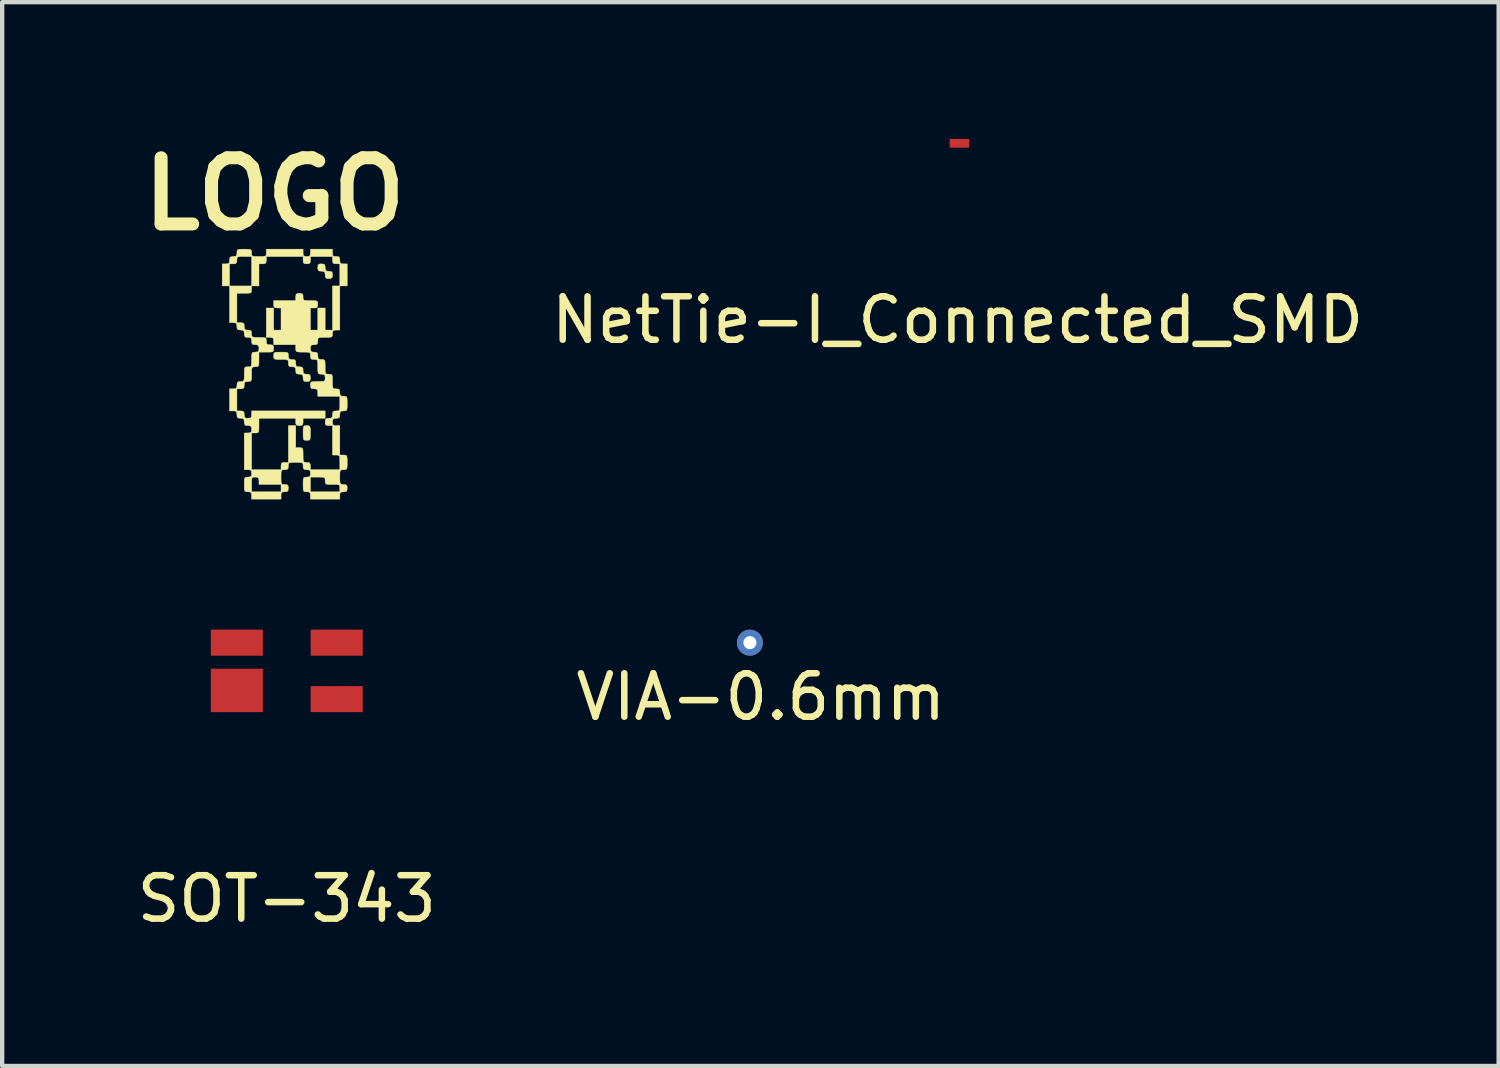
<source format=kicad_pcb>
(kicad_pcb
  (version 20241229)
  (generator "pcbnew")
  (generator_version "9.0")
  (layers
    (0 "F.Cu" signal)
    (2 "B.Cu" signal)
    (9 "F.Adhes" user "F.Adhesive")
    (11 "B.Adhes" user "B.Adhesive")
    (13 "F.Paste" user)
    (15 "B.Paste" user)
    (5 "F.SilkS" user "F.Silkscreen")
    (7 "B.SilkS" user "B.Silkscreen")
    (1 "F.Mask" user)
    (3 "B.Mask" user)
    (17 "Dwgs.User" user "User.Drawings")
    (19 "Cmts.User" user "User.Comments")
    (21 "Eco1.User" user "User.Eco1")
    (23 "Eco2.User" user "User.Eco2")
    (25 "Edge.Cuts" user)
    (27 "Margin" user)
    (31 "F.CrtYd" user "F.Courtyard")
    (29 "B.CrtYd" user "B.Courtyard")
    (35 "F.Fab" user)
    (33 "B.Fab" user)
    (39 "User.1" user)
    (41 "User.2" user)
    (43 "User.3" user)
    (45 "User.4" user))
  (footprint "NetTie-I_Connected_SMD"
    (layer "F.Cu")
    (at 19.045 0.25)
    (property "Reference" "NetTie-I_Connected_SMD" (at -0.041 4.069 0) (layer "F.SilkS") (effects (font (size 1 1) (thickness 0.15))))
    (attr through_hole)
    (fp_line (start -0.025 0) (end 0.025 0) (stroke (width 0.2) (type solid)) (layer "F.Cu"))
    (pad "1" smd rect (at -0.125 0) (size 0.2 0.2) (layers "F.Cu"))
    (pad "2" smd rect (at 0.125 0) (size 0.2 0.2) (layers "F.Cu")))
  (footprint "VIA-0.6mm"
    (layer "F.Cu")
    (at 14.22 11.75)
    (property "Reference" "VIA-0.6mm" (at 0.25 1.25 0) (layer "F.SilkS") (effects (font (size 1 1) (thickness 0.15))))
    (attr through_hole)
    (pad "1" thru_hole circle (at 0 0) (size 0.6 0.6) (drill 0.3) (layers "*.Cu")))
  (footprint "SOT-343"
    (layer "F.Cu")
    (at 3.554 12.4)
    (property "Reference" "SOT-343" (at 0 5.25 0) (layer "F.SilkS") (effects (font (size 1 1) (thickness 0.15))))
    (attr through_hole)
    (pad "1" smd rect (at -1.15 -0.65) (size 1.2 0.6) (layers "F.Cu" "F.Mask" "F.Paste"))
    (pad "2" smd rect (at -1.15 0.45) (size 1.2 1) (layers "F.Cu" "F.Mask" "F.Paste"))
    (pad "3" smd rect (at 1.15 0.65) (size 1.2 0.6) (layers "F.Cu" "F.Mask" "F.Paste"))
    (pad "4" smd rect (at 1.15 -0.65) (size 1.2 0.6) (layers "F.Cu" "F.Mask" "F.Paste")))
  (footprint "LOGO"
    (layer "F.Cu")
    (at 3.845 4.974)
    (property "Reference" "LOGO" (at -0.572 -3.556 0) (layer "F.SilkS") (effects (font (size 1.524 1.524) (thickness 0.3))))
    (attr through_hole)
    (fp_poly (pts (xy 0.216 1.78) (xy 0.241 1.796) (xy 0.252 1.838) (xy 0.254 1.92) (xy 0.254 1.947) (xy 0.253 2.041) (xy 0.245 2.092) (xy 0.224 2.112) (xy 0.183 2.117) (xy 0.169 2.117) (xy 0.122 2.114) (xy 0.097 2.099) (xy 0.087 2.057) (xy 0.085 1.975) (xy 0.085 1.947) (xy 0.086 1.854) (xy 0.094 1.803) (xy 0.115 1.782) (xy 0.156 1.778) (xy 0.169 1.778) (xy 0.216 1.78)) (stroke (width 0.01) (type solid)) (fill yes) (layer "F.SilkS"))
    (fp_poly (pts (xy 0.568 -1.94) (xy 0.59 -1.907) (xy 0.593 -1.863) (xy 0.6 -1.803) (xy 0.633 -1.781) (xy 0.677 -1.778) (xy 0.737 -1.771) (xy 0.759 -1.738) (xy 0.762 -1.693) (xy 0.755 -1.633) (xy 0.722 -1.611) (xy 0.677 -1.609) (xy 0.617 -1.616) (xy 0.595 -1.649) (xy 0.593 -1.693) (xy 0.586 -1.753) (xy 0.553 -1.775) (xy 0.508 -1.778) (xy 0.448 -1.785) (xy 0.426 -1.818) (xy 0.423 -1.863) (xy 0.43 -1.923) (xy 0.463 -1.945) (xy 0.508 -1.947) (xy 0.568 -1.94)) (stroke (width 0.01) (type solid)) (fill yes) (layer "F.SilkS"))
    (fp_poly (pts (xy -0.33 0.086) (xy -0.279 0.094) (xy -0.258 0.115) (xy -0.254 0.156) (xy -0.254 0.169) (xy -0.247 0.229) (xy -0.214 0.251) (xy -0.169 0.254) (xy -0.109 0.261) (xy -0.087 0.294) (xy -0.085 0.339) (xy -0.078 0.399) (xy -0.045 0.421) (xy 0 0.423) (xy 0.06 0.43) (xy 0.082 0.463) (xy 0.085 0.508) (xy 0.092 0.568) (xy 0.125 0.59) (xy 0.169 0.593) (xy 0.229 0.6) (xy 0.251 0.633) (xy 0.254 0.677) (xy 0.247 0.737) (xy 0.214 0.759) (xy 0.169 0.762) (xy 0.109 0.755) (xy 0.087 0.722) (xy 0.085 0.677) (xy 0.078 0.617) (xy 0.045 0.595) (xy 0 0.593) (xy -0.06 0.586) (xy -0.082 0.553) (xy -0.085 0.508) (xy -0.092 0.448) (xy -0.125 0.426) (xy -0.169 0.423) (xy -0.229 0.416) (xy -0.251 0.383) (xy -0.254 0.339) (xy -0.256 0.292) (xy -0.272 0.267) (xy -0.314 0.256) (xy -0.396 0.254) (xy -0.423 0.254) (xy -0.517 0.253) (xy -0.568 0.245) (xy -0.588 0.224) (xy -0.593 0.183) (xy -0.593 0.169) (xy -0.59 0.122) (xy -0.575 0.097) (xy -0.533 0.087) (xy -0.451 0.085) (xy -0.423 0.085) (xy -0.33 0.086)) (stroke (width 0.01) (type solid)) (fill yes) (layer "F.SilkS"))
    (fp_poly (pts (xy 0.085 -2.201) (xy 0.092 -2.141) (xy 0.125 -2.119) (xy 0.169 -2.117) (xy 0.229 -2.124) (xy 0.251 -2.157) (xy 0.254 -2.201) (xy 0.254 -2.286) (xy 0.762 -2.286) (xy 0.762 -2.201) (xy 0.769 -2.141) (xy 0.802 -2.119) (xy 0.847 -2.117) (xy 0.907 -2.11) (xy 0.929 -2.077) (xy 0.931 -2.032) (xy 0.938 -1.972) (xy 0.971 -1.95) (xy 1.016 -1.947) (xy 1.101 -1.947) (xy 1.101 -1.439) (xy 0.931 -1.439) (xy 0.931 -0.423) (xy 0.847 -0.423) (xy 0.787 -0.416) (xy 0.765 -0.383) (xy 0.762 -0.339) (xy 0.76 -0.292) (xy 0.744 -0.267) (xy 0.702 -0.256) (xy 0.62 -0.254) (xy 0.593 -0.254) (xy 0.499 -0.253) (xy 0.448 -0.245) (xy 0.428 -0.224) (xy 0.423 -0.183) (xy 0.423 -0.169) (xy 0.416 -0.109) (xy 0.383 -0.087) (xy 0.339 -0.085) (xy 0.279 -0.078) (xy 0.257 -0.045) (xy 0.254 0) (xy 0.261 0.06) (xy 0.294 0.082) (xy 0.339 0.085) (xy 0.399 0.092) (xy 0.421 0.125) (xy 0.423 0.169) (xy 0.43 0.229) (xy 0.463 0.251) (xy 0.508 0.254) (xy 0.555 0.256) (xy 0.58 0.272) (xy 0.591 0.314) (xy 0.593 0.396) (xy 0.593 0.423) (xy 0.594 0.517) (xy 0.602 0.568) (xy 0.623 0.588) (xy 0.664 0.593) (xy 0.677 0.593) (xy 0.724 0.595) (xy 0.749 0.61) (xy 0.76 0.653) (xy 0.762 0.735) (xy 0.762 0.762) (xy 0.763 0.856) (xy 0.771 0.906) (xy 0.792 0.927) (xy 0.833 0.931) (xy 0.847 0.931) (xy 0.907 0.938) (xy 0.929 0.971) (xy 0.931 1.016) (xy 0.938 1.076) (xy 0.971 1.098) (xy 1.016 1.101) (xy 1.063 1.103) (xy 1.088 1.118) (xy 1.099 1.161) (xy 1.101 1.243) (xy 1.101 1.27) (xy 1.1 1.364) (xy 1.092 1.414) (xy 1.071 1.435) (xy 1.03 1.439) (xy 1.016 1.439) (xy 0.956 1.446) (xy 0.934 1.479) (xy 0.931 1.524) (xy 0.924 1.584) (xy 0.891 1.606) (xy 0.847 1.609) (xy 0.787 1.616) (xy 0.765 1.649) (xy 0.762 1.693) (xy 0.769 1.753) (xy 0.802 1.775) (xy 0.847 1.778) (xy 0.931 1.778) (xy 0.931 2.455) (xy 1.016 2.455) (xy 1.063 2.458) (xy 1.088 2.473) (xy 1.099 2.515) (xy 1.101 2.597) (xy 1.101 2.625) (xy 1.1 2.718) (xy 1.092 2.769) (xy 1.071 2.79) (xy 1.03 2.794) (xy 1.016 2.794) (xy 0.969 2.796) (xy 0.944 2.812) (xy 0.933 2.854) (xy 0.931 2.936) (xy 0.931 2.963) (xy 0.932 3.057) (xy 0.94 3.108) (xy 0.961 3.128) (xy 1.002 3.133) (xy 1.016 3.133) (xy 1.076 3.14) (xy 1.098 3.173) (xy 1.101 3.217) (xy 1.094 3.277) (xy 1.061 3.299) (xy 1.016 3.302) (xy 0.956 3.309) (xy 0.934 3.342) (xy 0.931 3.387) (xy 0.931 3.471) (xy 0.254 3.471) (xy 0.254 3.387) (xy 0.247 3.327) (xy 0.214 3.305) (xy 0.169 3.302) (xy 0.122 3.3) (xy 0.097 3.284) (xy 0.087 3.242) (xy 0.085 3.16) (xy 0.085 3.133) (xy 0.086 3.039) (xy 0.094 2.988) (xy 0.115 2.968) (xy 0.156 2.963) (xy 0.169 2.963) (xy 0.254 2.963) (xy 0.254 3.302) (xy 0.931 3.302) (xy 0.931 3.217) (xy 0.929 3.17) (xy 0.914 3.145) (xy 0.871 3.135) (xy 0.789 3.133) (xy 0.762 3.133) (xy 0.668 3.132) (xy 0.618 3.124) (xy 0.597 3.103) (xy 0.593 3.062) (xy 0.593 3.048) (xy 0.59 3.001) (xy 0.575 2.976) (xy 0.533 2.965) (xy 0.451 2.963) (xy 0.423 2.963) (xy 0.254 2.963) (xy 0.169 2.963) (xy 0.229 2.956) (xy 0.251 2.923) (xy 0.254 2.879) (xy 0.247 2.819) (xy 0.214 2.797) (xy 0.169 2.794) (xy 0.109 2.787) (xy 0.087 2.754) (xy 0.085 2.709) (xy 0.082 2.662) (xy 0.067 2.637) (xy 0.025 2.627) (xy -0.057 2.625) (xy -0.085 2.625) (xy -0.178 2.626) (xy -0.229 2.634) (xy -0.25 2.655) (xy -0.254 2.696) (xy -0.254 2.709) (xy -0.261 2.769) (xy -0.294 2.791) (xy -0.339 2.794) (xy -0.386 2.796) (xy -0.411 2.812) (xy -0.421 2.854) (xy -0.423 2.936) (xy -0.423 2.963) (xy -0.422 3.057) (xy -0.414 3.108) (xy -0.393 3.128) (xy -0.352 3.133) (xy -0.339 3.133) (xy -0.279 3.14) (xy -0.257 3.173) (xy -0.254 3.217) (xy -0.261 3.277) (xy -0.294 3.299) (xy -0.339 3.302) (xy -0.399 3.309) (xy -0.421 3.342) (xy -0.423 3.387) (xy -0.423 3.471) (xy -1.101 3.471) (xy -1.101 3.387) (xy -1.108 3.327) (xy -1.141 3.305) (xy -1.185 3.302) (xy -1.232 3.3) (xy -1.257 3.284) (xy -1.268 3.242) (xy -1.27 3.16) (xy -1.27 3.133) (xy -1.101 3.133) (xy -1.101 3.302) (xy -0.423 3.302) (xy -0.423 3.133) (xy -0.931 3.133) (xy -0.931 3.048) (xy -0.938 2.988) (xy -0.971 2.966) (xy -1.016 2.963) (xy -1.063 2.966) (xy -1.088 2.981) (xy -1.099 3.023) (xy -1.101 3.105) (xy -1.101 3.133) (xy -1.27 3.133) (xy -1.269 3.039) (xy -1.261 2.988) (xy -1.24 2.968) (xy -1.199 2.963) (xy -1.185 2.963) (xy -1.125 2.956) (xy -1.103 2.923) (xy -1.101 2.879) (xy -1.108 2.819) (xy -1.141 2.797) (xy -1.185 2.794) (xy -1.27 2.794) (xy -1.27 1.947) (xy -1.185 1.947) (xy -1.125 1.94) (xy -1.103 1.907) (xy -1.101 1.863) (xy -1.108 1.803) (xy -1.141 1.781) (xy -1.185 1.778) (xy -1.245 1.771) (xy -1.267 1.738) (xy -1.27 1.693) (xy -1.277 1.633) (xy -1.31 1.611) (xy -1.355 1.609) (xy -1.415 1.602) (xy -1.437 1.569) (xy -1.439 1.524) (xy -1.446 1.464) (xy -1.479 1.442) (xy -1.524 1.439) (xy -1.609 1.439) (xy -1.609 0.931) (xy -1.524 0.931) (xy -1.464 0.924) (xy -1.442 0.891) (xy -1.439 0.847) (xy -1.432 0.787) (xy -1.399 0.765) (xy -1.355 0.762) (xy -1.308 0.76) (xy -1.283 0.744) (xy -1.272 0.702) (xy -1.27 0.62) (xy -1.27 0.593) (xy -1.269 0.499) (xy -1.261 0.448) (xy -1.24 0.428) (xy -1.199 0.423) (xy -1.185 0.423) (xy -1.138 0.421) (xy -1.113 0.406) (xy -1.103 0.363) (xy -1.101 0.281) (xy -1.101 0.254) (xy -1.1 0.16) (xy -1.092 0.11) (xy -1.071 0.089) (xy -1.03 0.085) (xy -1.016 0.085) (xy -0.956 0.078) (xy -0.934 0.045) (xy -0.931 0) (xy -0.938 -0.06) (xy -0.971 -0.082) (xy -1.016 -0.085) (xy -1.076 -0.092) (xy -1.098 -0.125) (xy -1.101 -0.169) (xy -1.108 -0.229) (xy -1.141 -0.251) (xy -1.185 -0.254) (xy -1.245 -0.261) (xy -1.267 -0.294) (xy -1.27 -0.339) (xy -1.277 -0.399) (xy -1.31 -0.421) (xy -1.355 -0.423) (xy -1.415 -0.43) (xy -1.437 -0.463) (xy -1.439 -0.508) (xy -1.446 -0.568) (xy -1.479 -0.59) (xy -1.524 -0.593) (xy -1.609 -0.593) (xy -1.609 -1.27) (xy -1.439 -1.27) (xy -1.439 -0.593) (xy -1.355 -0.593) (xy -1.295 -0.586) (xy -1.273 -0.553) (xy -1.27 -0.508) (xy -1.263 -0.448) (xy -1.23 -0.426) (xy -1.185 -0.423) (xy -1.125 -0.416) (xy -1.103 -0.383) (xy -1.101 -0.339) (xy -1.098 -0.292) (xy -1.083 -0.267) (xy -1.041 -0.256) (xy -0.959 -0.254) (xy -0.931 -0.254) (xy -0.838 -0.253) (xy -0.787 -0.245) (xy -0.766 -0.224) (xy -0.762 -0.183) (xy -0.762 -0.169) (xy -0.755 -0.109) (xy -0.722 -0.087) (xy -0.677 -0.085) (xy -0.617 -0.078) (xy -0.595 -0.045) (xy -0.593 0) (xy -0.595 0.047) (xy -0.61 0.072) (xy -0.653 0.083) (xy -0.735 0.085) (xy -0.762 0.085) (xy -0.931 0.085) (xy -0.931 0.254) (xy -0.932 0.348) (xy -0.94 0.398) (xy -0.961 0.419) (xy -1.002 0.423) (xy -1.016 0.423) (xy -1.063 0.426) (xy -1.088 0.441) (xy -1.099 0.483) (xy -1.101 0.565) (xy -1.101 0.593) (xy -1.102 0.686) (xy -1.11 0.737) (xy -1.131 0.758) (xy -1.172 0.762) (xy -1.185 0.762) (xy -1.245 0.769) (xy -1.267 0.802) (xy -1.27 0.847) (xy -1.277 0.907) (xy -1.31 0.929) (xy -1.355 0.931) (xy -1.439 0.931) (xy -1.439 1.439) (xy -1.355 1.439) (xy -1.295 1.446) (xy -1.273 1.479) (xy -1.27 1.524) (xy -1.263 1.584) (xy -1.23 1.606) (xy -1.185 1.609) (xy -1.125 1.602) (xy -1.103 1.569) (xy -1.101 1.524) (xy -1.101 1.439) (xy 0.593 1.439) (xy 0.593 1.609) (xy 0.085 1.609) (xy 0.085 1.693) (xy 0.078 1.753) (xy 0.045 1.775) (xy 0 1.778) (xy -0.06 1.771) (xy -0.082 1.738) (xy -0.085 1.693) (xy -0.085 1.609) (xy -0.931 1.609) (xy -0.931 1.778) (xy -0.932 1.872) (xy -0.94 1.922) (xy -0.961 1.943) (xy -1.002 1.947) (xy -1.016 1.947) (xy -1.101 1.947) (xy -1.101 2.794) (xy -0.423 2.794) (xy -0.423 2.709) (xy -0.416 2.649) (xy -0.383 2.627) (xy -0.339 2.625) (xy -0.254 2.625) (xy -0.254 1.778) (xy -0.085 1.778) (xy -0.085 2.286) (xy 0 2.286) (xy 0.047 2.288) (xy 0.072 2.304) (xy 0.083 2.346) (xy 0.085 2.428) (xy 0.085 2.455) (xy 0.086 2.549) (xy 0.094 2.6) (xy 0.115 2.62) (xy 0.156 2.625) (xy 0.169 2.625) (xy 0.229 2.632) (xy 0.251 2.665) (xy 0.254 2.709) (xy 0.254 2.794) (xy 0.931 2.794) (xy 0.931 2.625) (xy 0.93 2.531) (xy 0.922 2.48) (xy 0.901 2.46) (xy 0.86 2.455) (xy 0.847 2.455) (xy 0.762 2.455) (xy 0.762 1.778) (xy 0.677 1.778) (xy 0.617 1.771) (xy 0.595 1.738) (xy 0.593 1.693) (xy 0.6 1.633) (xy 0.633 1.611) (xy 0.677 1.609) (xy 0.737 1.602) (xy 0.759 1.569) (xy 0.762 1.524) (xy 0.769 1.464) (xy 0.802 1.442) (xy 0.847 1.439) (xy 0.894 1.437) (xy 0.919 1.422) (xy 0.929 1.379) (xy 0.931 1.297) (xy 0.931 1.27) (xy 0.931 1.101) (xy 0.423 1.101) (xy 0.423 1.016) (xy 0.416 0.956) (xy 0.383 0.934) (xy 0.339 0.931) (xy 0.279 0.924) (xy 0.257 0.891) (xy 0.254 0.847) (xy 0.256 0.8) (xy 0.272 0.775) (xy 0.314 0.764) (xy 0.396 0.762) (xy 0.423 0.762) (xy 0.517 0.761) (xy 0.568 0.753) (xy 0.588 0.732) (xy 0.593 0.691) (xy 0.593 0.677) (xy 0.586 0.617) (xy 0.553 0.595) (xy 0.508 0.593) (xy 0.461 0.59) (xy 0.436 0.575) (xy 0.425 0.533) (xy 0.423 0.451) (xy 0.423 0.423) (xy 0.422 0.33) (xy 0.414 0.279) (xy 0.393 0.258) (xy 0.352 0.254) (xy 0.339 0.254) (xy 0.279 0.247) (xy 0.257 0.214) (xy 0.254 0.169) (xy 0.252 0.122) (xy 0.236 0.097) (xy 0.194 0.087) (xy 0.112 0.085) (xy 0.085 0.085) (xy -0.009 0.084) (xy -0.06 0.076) (xy -0.08 0.055) (xy -0.085 0.014) (xy -0.085 0) (xy -0.085 -0.085) (xy -0.593 -0.085) (xy -0.593 -0.169) (xy -0.6 -0.229) (xy -0.633 -0.251) (xy -0.677 -0.254) (xy -0.762 -0.254) (xy -0.762 -0.931) (xy -0.593 -0.931) (xy -0.593 -0.423) (xy -0.423 -0.423) (xy -0.423 -0.931) (xy -0.508 -0.931) (xy -0.568 -0.938) (xy -0.59 -0.971) (xy -0.593 -1.016) (xy -0.593 -1.101) (xy -0.085 -1.101) (xy -0.085 -1.185) (xy -0.078 -1.245) (xy -0.045 -1.267) (xy 0 -1.27) (xy 0.06 -1.263) (xy 0.082 -1.23) (xy 0.085 -1.185) (xy 0.087 -1.138) (xy 0.102 -1.113) (xy 0.145 -1.103) (xy 0.227 -1.101) (xy 0.254 -1.101) (xy 0.348 -1.1) (xy 0.398 -1.092) (xy 0.419 -1.071) (xy 0.423 -1.03) (xy 0.423 -1.016) (xy 0.416 -0.956) (xy 0.383 -0.934) (xy 0.339 -0.931) (xy 0.254 -0.931) (xy 0.254 -0.423) (xy 0.423 -0.423) (xy 0.423 -0.931) (xy 0.593 -0.931) (xy 0.593 -0.423) (xy 0.762 -0.423) (xy 0.762 -1.439) (xy 0.931 -1.439) (xy 0.931 -1.947) (xy 0.847 -1.947) (xy 0.787 -1.954) (xy 0.765 -1.987) (xy 0.762 -2.032) (xy 0.762 -2.117) (xy 0.254 -2.117) (xy 0.254 -2.032) (xy 0.247 -1.972) (xy 0.214 -1.95) (xy 0.169 -1.947) (xy 0.109 -1.954) (xy 0.087 -1.987) (xy 0.085 -2.032) (xy 0.085 -2.117) (xy -0.762 -2.117) (xy -0.762 -2.032) (xy -0.769 -1.972) (xy -0.802 -1.95) (xy -0.847 -1.947) (xy -0.931 -1.947) (xy -0.931 -1.439) (xy -1.101 -1.439) (xy -1.101 -1.355) (xy -1.103 -1.308) (xy -1.118 -1.283) (xy -1.161 -1.272) (xy -1.243 -1.27) (xy -1.27 -1.27) (xy -1.439 -1.27) (xy -1.609 -1.27) (xy -1.609 -1.439) (xy -1.778 -1.439) (xy -1.778 -1.947) (xy -1.693 -1.947) (xy -1.609 -1.947) (xy -1.609 -1.439) (xy -1.101 -1.439) (xy -1.101 -2.117) (xy -1.27 -2.117) (xy -1.364 -2.116) (xy -1.414 -2.108) (xy -1.435 -2.087) (xy -1.439 -2.046) (xy -1.439 -2.032) (xy -1.446 -1.972) (xy -1.479 -1.95) (xy -1.524 -1.947) (xy -1.609 -1.947) (xy -1.693 -1.947) (xy -1.633 -1.954) (xy -1.611 -1.987) (xy -1.609 -2.032) (xy -1.602 -2.092) (xy -1.569 -2.114) (xy -1.524 -2.117) (xy -1.464 -2.124) (xy -1.442 -2.157) (xy -1.439 -2.201) (xy -1.437 -2.248) (xy -1.422 -2.273) (xy -1.379 -2.284) (xy -1.297 -2.286) (xy -1.27 -2.286) (xy -1.176 -2.285) (xy -1.126 -2.277) (xy -1.105 -2.256) (xy -1.101 -2.215) (xy -1.101 -2.201) (xy -1.098 -2.154) (xy -1.083 -2.129) (xy -1.041 -2.119) (xy -0.959 -2.117) (xy -0.931 -2.117) (xy -0.838 -2.118) (xy -0.787 -2.126) (xy -0.766 -2.147) (xy -0.762 -2.188) (xy -0.762 -2.201) (xy -0.762 -2.286) (xy 0.085 -2.286) (xy 0.085 -2.201)) (stroke (width 0.01) (type solid)) (fill yes) (layer "F.SilkS")))
  (gr_rect
    (start -3 -3)
    (end 31.463 21.499)
    (stroke (width 0.1) (type default))
    (fill no)
    (layer "Edge.Cuts")))
</source>
